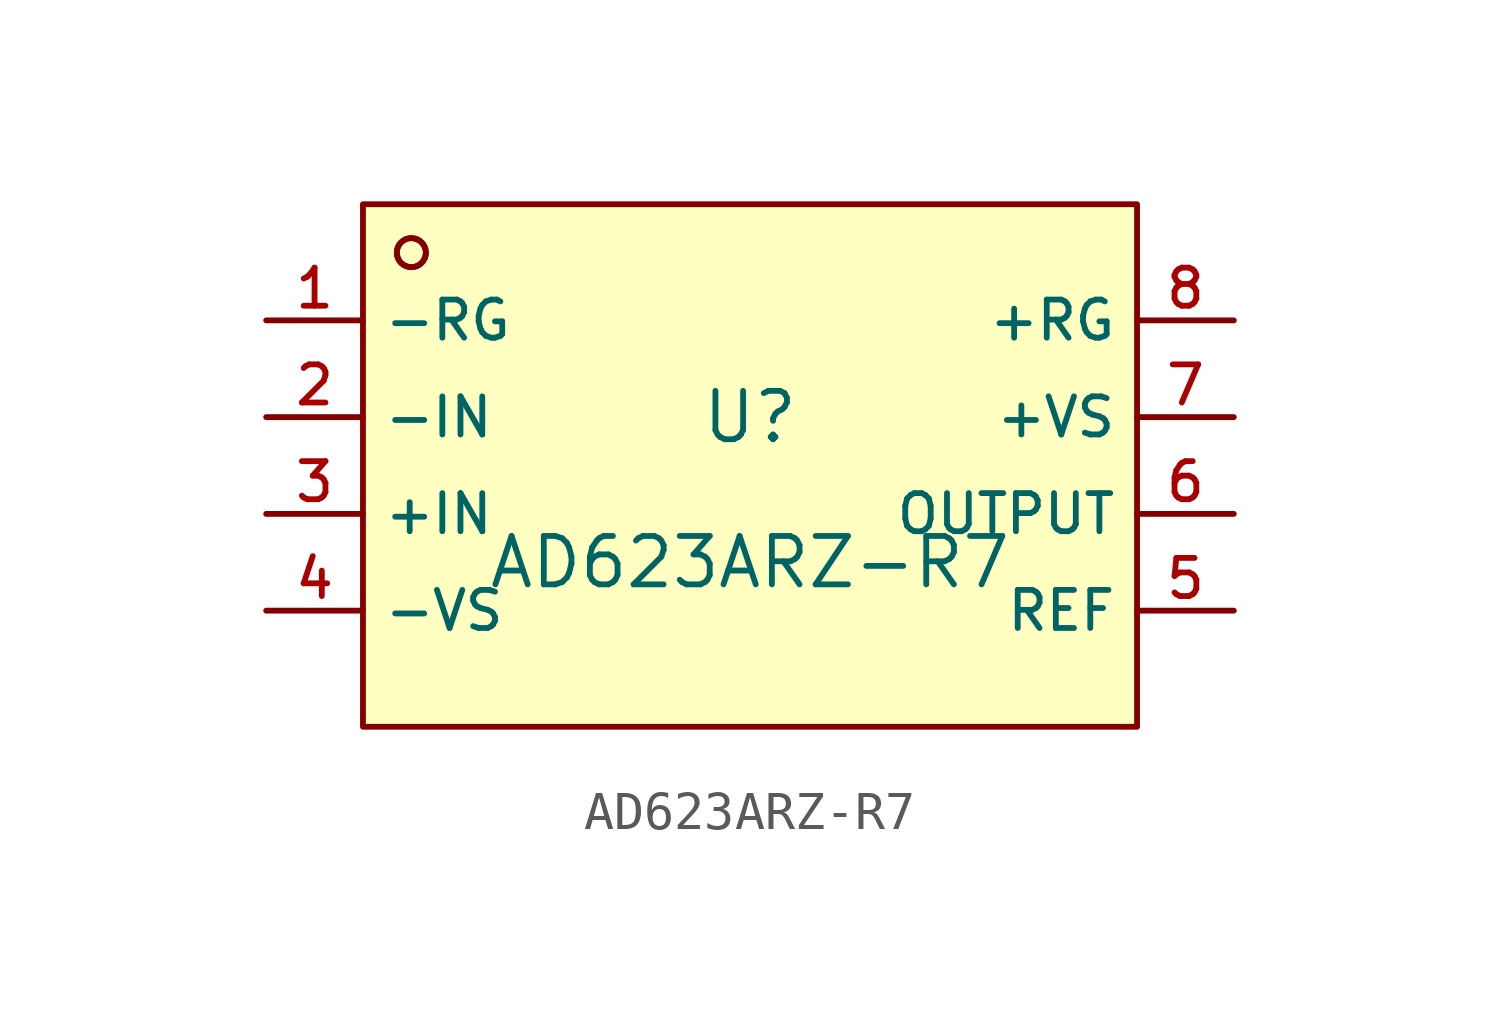
<source format=kicad_sym>
(kicad_symbol_lib
  (version 20210201)
  (generator TousstNicolas/JLC2KiCad_lib)
  (symbol "AD623ARZ-R7"
    (property "Reference" "U"
      (at 0 1.27 0)
      (effects (font (size 1.27 1.27))))
    (property "Value" "AD623ARZ-R7"
      (at 0 -2.54 0)
      (effects (font (size 1.27 1.27))))
    (symbol "AD623ARZ-R7_0_1"
      (circle (center -8.89 5.588) (radius 0.381) (stroke (width 0) (type default) (color 0 0 0 0)) (fill (type background)))
      (rectangle (start -10.16 6.858) (end 10.16 -6.858) (stroke (width 0) (type default) (color 0 0 0 0)) (fill (type background)))
      (circle (center -8.89 5.588) (radius 0.381) (stroke (width 0) (type default) (color 0 0 0 0)) (fill (type background)))
      (pin unspecified line (at -12.7 3.81 0) (length 2.54) (name "-RG" (effects (font (size 1 1)))) (number "1" (effects (font (size 1 1)))))
      (pin unspecified line (at -12.7 1.27 0) (length 2.54) (name "-IN" (effects (font (size 1 1)))) (number "2" (effects (font (size 1 1)))))
      (pin unspecified line (at -12.7 -1.27 0) (length 2.54) (name "+IN" (effects (font (size 1 1)))) (number "3" (effects (font (size 1 1)))))
      (pin unspecified line (at -12.7 -3.81 0) (length 2.54) (name "-VS" (effects (font (size 1 1)))) (number "4" (effects (font (size 1 1)))))
      (pin unspecified line (at 12.7 -3.81 180) (length 2.54) (name "REF" (effects (font (size 1 1)))) (number "5" (effects (font (size 1 1)))))
      (pin unspecified line (at 12.7 -1.27 180) (length 2.54) (name "OUTPUT" (effects (font (size 1 1)))) (number "6" (effects (font (size 1 1)))))
      (pin unspecified line (at 12.7 1.27 180) (length 2.54) (name "+VS" (effects (font (size 1 1)))) (number "7" (effects (font (size 1 1)))))
      (pin unspecified line (at 12.7 3.81 180) (length 2.54) (name "+RG" (effects (font (size 1 1)))) (number "8" (effects (font (size 1 1))))))))
</source>
